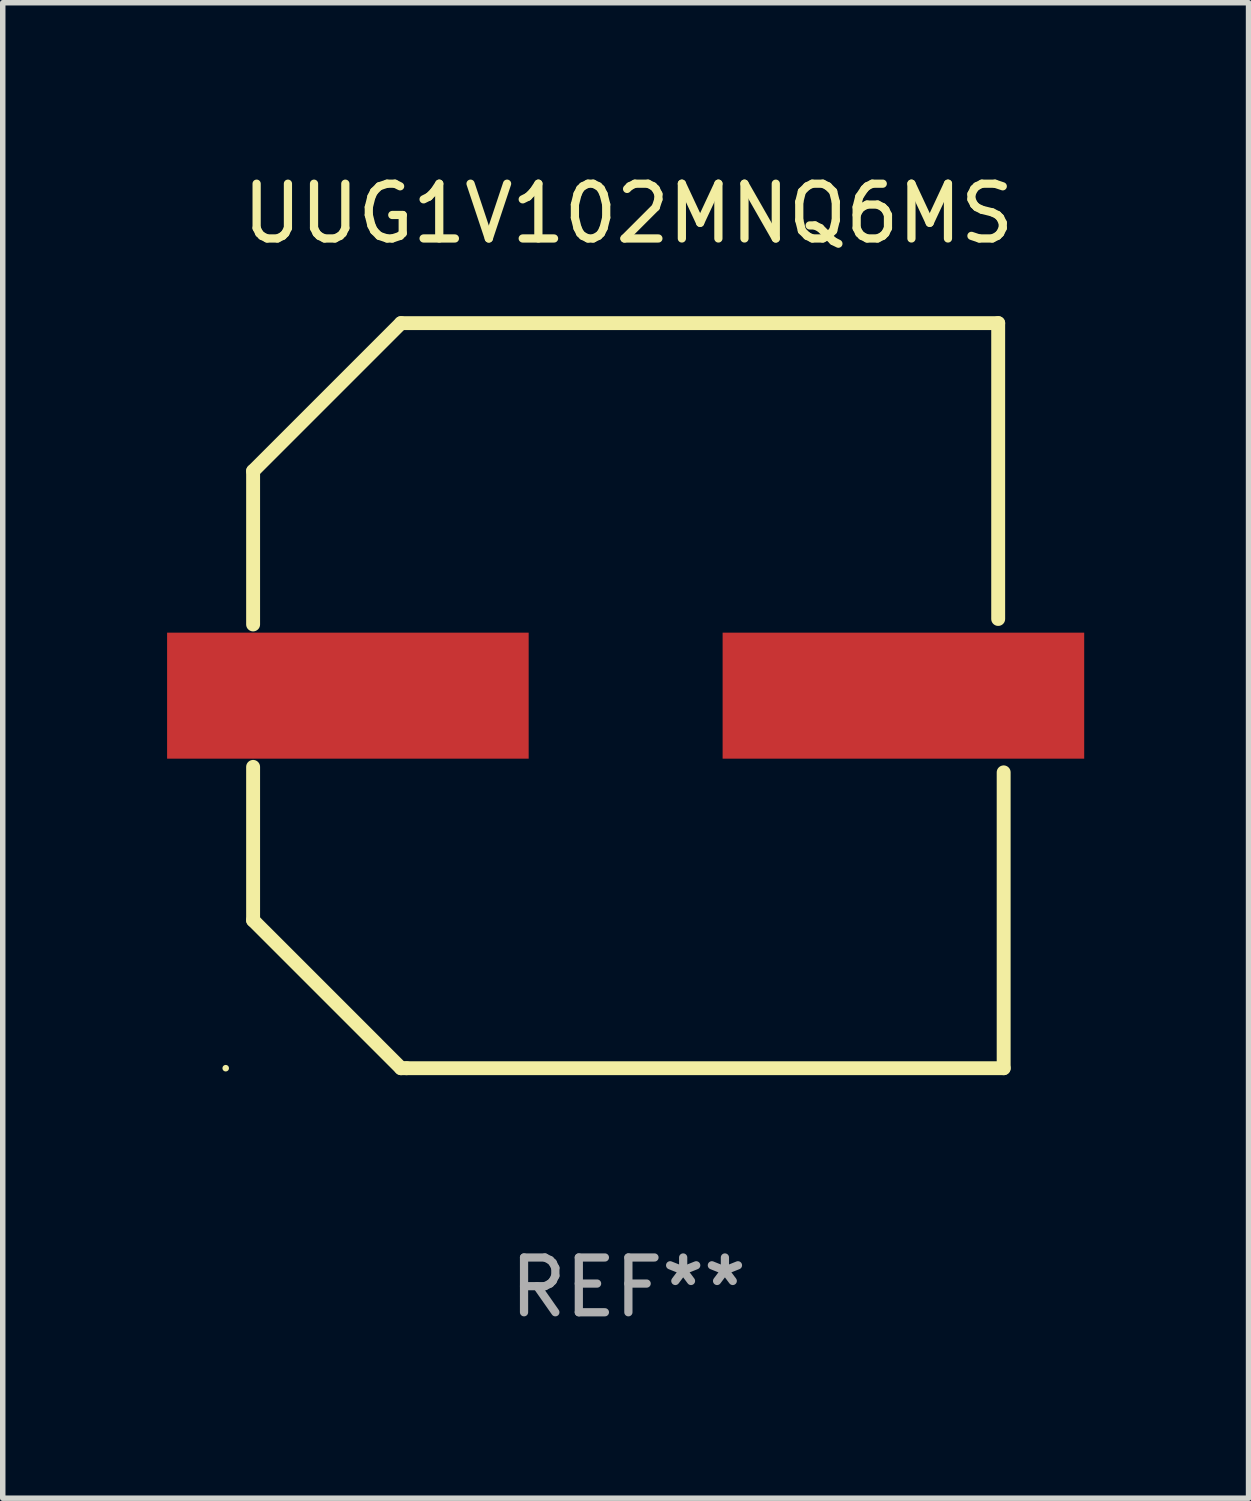
<source format=kicad_pcb>
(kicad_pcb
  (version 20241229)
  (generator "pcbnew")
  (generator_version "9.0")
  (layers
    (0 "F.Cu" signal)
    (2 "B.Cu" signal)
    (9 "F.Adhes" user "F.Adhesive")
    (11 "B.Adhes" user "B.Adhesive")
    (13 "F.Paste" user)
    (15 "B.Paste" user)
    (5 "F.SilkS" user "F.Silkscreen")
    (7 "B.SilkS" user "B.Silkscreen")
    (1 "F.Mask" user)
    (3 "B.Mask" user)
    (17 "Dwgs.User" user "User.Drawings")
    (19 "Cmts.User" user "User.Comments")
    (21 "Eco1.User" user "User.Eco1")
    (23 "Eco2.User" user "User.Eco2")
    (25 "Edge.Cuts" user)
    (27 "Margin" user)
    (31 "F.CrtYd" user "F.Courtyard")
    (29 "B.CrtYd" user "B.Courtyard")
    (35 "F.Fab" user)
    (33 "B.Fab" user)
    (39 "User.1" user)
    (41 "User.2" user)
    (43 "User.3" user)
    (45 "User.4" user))
  (footprint "UUG1V102MNQ6MS"
    (layer "F.Cu")
    (at 8.42 9.648)
    (property "Reference" "UUG1V102MNQ6MS" (at 0 -8.8 0) (layer "F.SilkS") (effects (font (size 1 1) (thickness 0.15))))
    (attr through_hole)
    (fp_line (start -6.85 -4.1) (end -4.15 -6.8) (stroke (width 0.254) (type solid)) (layer "F.SilkS"))
    (fp_line (start -6.85 -1.3) (end -6.85 -4.1) (stroke (width 0.254) (type solid)) (layer "F.SilkS"))
    (fp_line (start -6.85 4.1) (end -6.85 1.3) (stroke (width 0.254) (type solid)) (layer "F.SilkS"))
    (fp_line (start -4.15 -6.8) (end 6.75 -6.8) (stroke (width 0.254) (type solid)) (layer "F.SilkS"))
    (fp_line (start -4.15 6.8) (end -6.85 4.1) (stroke (width 0.254) (type solid)) (layer "F.SilkS"))
    (fp_line (start -4.05 6.8) (end -4.15 6.8) (stroke (width 0.254) (type solid)) (layer "F.SilkS"))
    (fp_line (start 6.75 -6.8) (end 6.75 -1.4) (stroke (width 0.254) (type solid)) (layer "F.SilkS"))
    (fp_line (start 6.85 1.4) (end 6.85 6.8) (stroke (width 0.254) (type solid)) (layer "F.SilkS"))
    (fp_line (start 6.85 6.8) (end -4.05 6.8) (stroke (width 0.254) (type solid)) (layer "F.SilkS"))
    (fp_circle (center -7.35 6.8) (end -7.32 6.8) (stroke (width 0.06) (type solid)) (fill no) (layer "F.SilkS"))
    (fp_text user "REF**" (at 0 10.8 0) (layer "F.Fab") (effects (font (size 1 1) (thickness 0.15))))
    (pad "1" smd rect (at -5.12 0) (size 6.6 2.3) (layers "F.Cu" "F.Mask" "F.Paste"))
    (pad "2" smd rect (at 5.02 0) (size 6.6 2.3) (layers "F.Cu" "F.Mask" "F.Paste")))
  (gr_rect
    (start -3 -3)
    (end 19.74 24.297)
    (stroke (width 0.1) (type default))
    (fill no)
    (layer "Edge.Cuts")))
</source>
